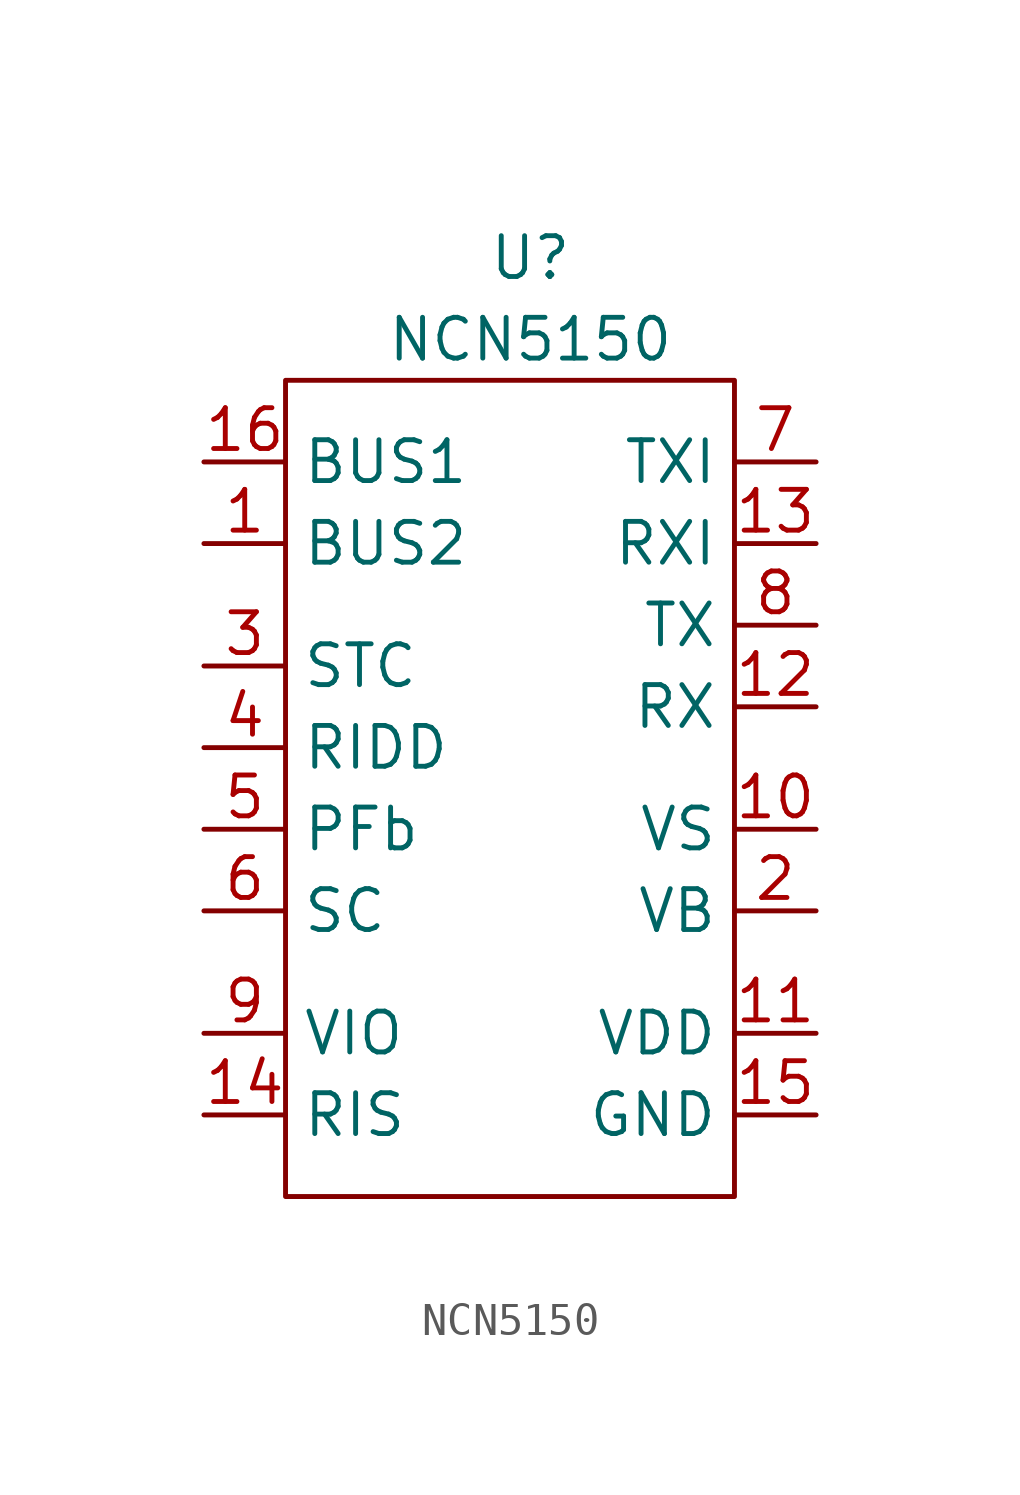
<source format=kicad_sym>
(kicad_symbol_lib
  (version 20211014)
  (generator kicad_symbol_editor)
  (symbol "NCN5150"
    (property "Reference" "U"
      (at 0 15.24 0)
      (effects (font (size 1.27 1.27))))
    (property "Value" "NCN5150"
      (at 0 12.7 0)
      (effects (font (size 1.27 1.27))))
    (symbol "NCN5150_0_1"
      (rectangle (start -7.62 11.43) (end 6.35 -13.97) (stroke (width 0) (type default) (color 0 0 0 0)) (fill (type none))))
    (symbol "NCN5150_1_1"
      (pin passive line (at -10.16 6.35 0) (length 2.54) (name "BUS2" (effects (font (size 1.27 1.27)))) (number "1" (effects (font (size 1.27 1.27)))))
      (pin output line (at 8.89 -2.54 180) (length 2.54) (name "VS" (effects (font (size 1.27 1.27)))) (number "10" (effects (font (size 1.27 1.27)))))
      (pin power_out line (at 8.89 -8.89 180) (length 2.54) (name "VDD" (effects (font (size 1.27 1.27)))) (number "11" (effects (font (size 1.27 1.27)))))
      (pin input line (at 8.89 1.27 180) (length 2.54) (name "RX" (effects (font (size 1.27 1.27)))) (number "12" (effects (font (size 1.27 1.27)))))
      (pin input line (at 8.89 6.35 180) (length 2.54) (name "RXI" (effects (font (size 1.27 1.27)))) (number "13" (effects (font (size 1.27 1.27)))))
      (pin input line (at -10.16 -11.43 0) (length 2.54) (name "RIS" (effects (font (size 1.27 1.27)))) (number "14" (effects (font (size 1.27 1.27)))))
      (pin passive line (at 8.89 -11.43 180) (length 2.54) (name "GND" (effects (font (size 1.27 1.27)))) (number "15" (effects (font (size 1.27 1.27)))))
      (pin passive line (at -10.16 8.89 0) (length 2.54) (name "BUS1" (effects (font (size 1.27 1.27)))) (number "16" (effects (font (size 1.27 1.27)))))
      (pin power_out line (at 8.89 -5.08 180) (length 2.54) (name "VB" (effects (font (size 1.27 1.27)))) (number "2" (effects (font (size 1.27 1.27)))))
      (pin output line (at -10.16 2.54 0) (length 2.54) (name "STC" (effects (font (size 1.27 1.27)))) (number "3" (effects (font (size 1.27 1.27)))))
      (pin input line (at -10.16 0 0) (length 2.54) (name "RIDD" (effects (font (size 1.27 1.27)))) (number "4" (effects (font (size 1.27 1.27)))))
      (pin output line (at -10.16 -2.54 0) (length 2.54) (name "PFb" (effects (font (size 1.27 1.27)))) (number "5" (effects (font (size 1.27 1.27)))))
      (pin output line (at -10.16 -5.08 0) (length 2.54) (name "SC" (effects (font (size 1.27 1.27)))) (number "6" (effects (font (size 1.27 1.27)))))
      (pin output line (at 8.89 8.89 180) (length 2.54) (name "TXI" (effects (font (size 1.27 1.27)))) (number "7" (effects (font (size 1.27 1.27)))))
      (pin output line (at 8.89 3.81 180) (length 2.54) (name "TX" (effects (font (size 1.27 1.27)))) (number "8" (effects (font (size 1.27 1.27)))))
      (pin input line (at -10.16 -8.89 0) (length 2.54) (name "VIO" (effects (font (size 1.27 1.27)))) (number "9" (effects (font (size 1.27 1.27))))))))
</source>
